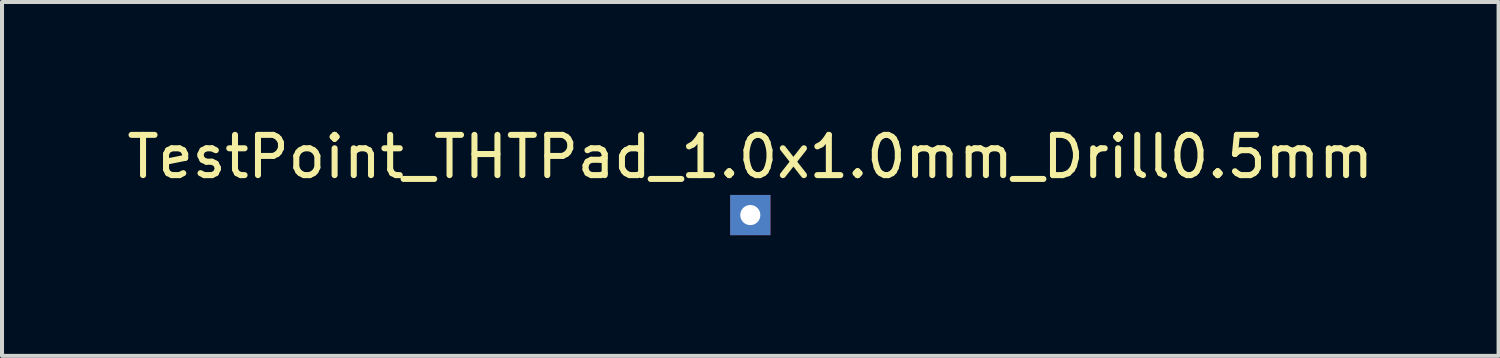
<source format=kicad_pcb>
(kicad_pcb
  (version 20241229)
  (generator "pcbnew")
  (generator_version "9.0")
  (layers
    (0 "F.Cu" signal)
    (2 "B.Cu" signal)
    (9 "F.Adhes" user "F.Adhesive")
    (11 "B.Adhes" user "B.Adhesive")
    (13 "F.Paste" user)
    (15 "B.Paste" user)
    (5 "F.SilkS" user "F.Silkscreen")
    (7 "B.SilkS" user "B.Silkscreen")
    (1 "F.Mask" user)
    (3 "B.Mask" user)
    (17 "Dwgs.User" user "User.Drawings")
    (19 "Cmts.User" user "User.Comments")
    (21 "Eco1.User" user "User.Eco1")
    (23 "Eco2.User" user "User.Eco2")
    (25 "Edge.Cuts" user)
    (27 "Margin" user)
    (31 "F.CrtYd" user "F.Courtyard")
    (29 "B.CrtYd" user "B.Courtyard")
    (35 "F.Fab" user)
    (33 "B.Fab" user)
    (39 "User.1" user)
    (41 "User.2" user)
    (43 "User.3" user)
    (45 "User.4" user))
  (footprint "TestPoint_THTPad_1.0x1.0mm_Drill0.5mm"
    (layer "F.Cu")
    (at 15.601 2.296)
    (property "Reference" "TestPoint_THTPad_1.0x1.0mm_Drill0.5mm" (at 0 -1.448 0) (layer "F.SilkS") (effects (font (size 1 1) (thickness 0.15))))
    (attr exclude_from_pos_files exclude_from_bom)
    (pad "1" thru_hole rect (at 0 0) (size 1 1) (drill 0.5) (layers "*.Cu" "*.Mask")))
  (gr_rect
    (start -3 -3)
    (end 34.202 5.796)
    (stroke (width 0.1) (type default))
    (fill no)
    (layer "Edge.Cuts")))
</source>
